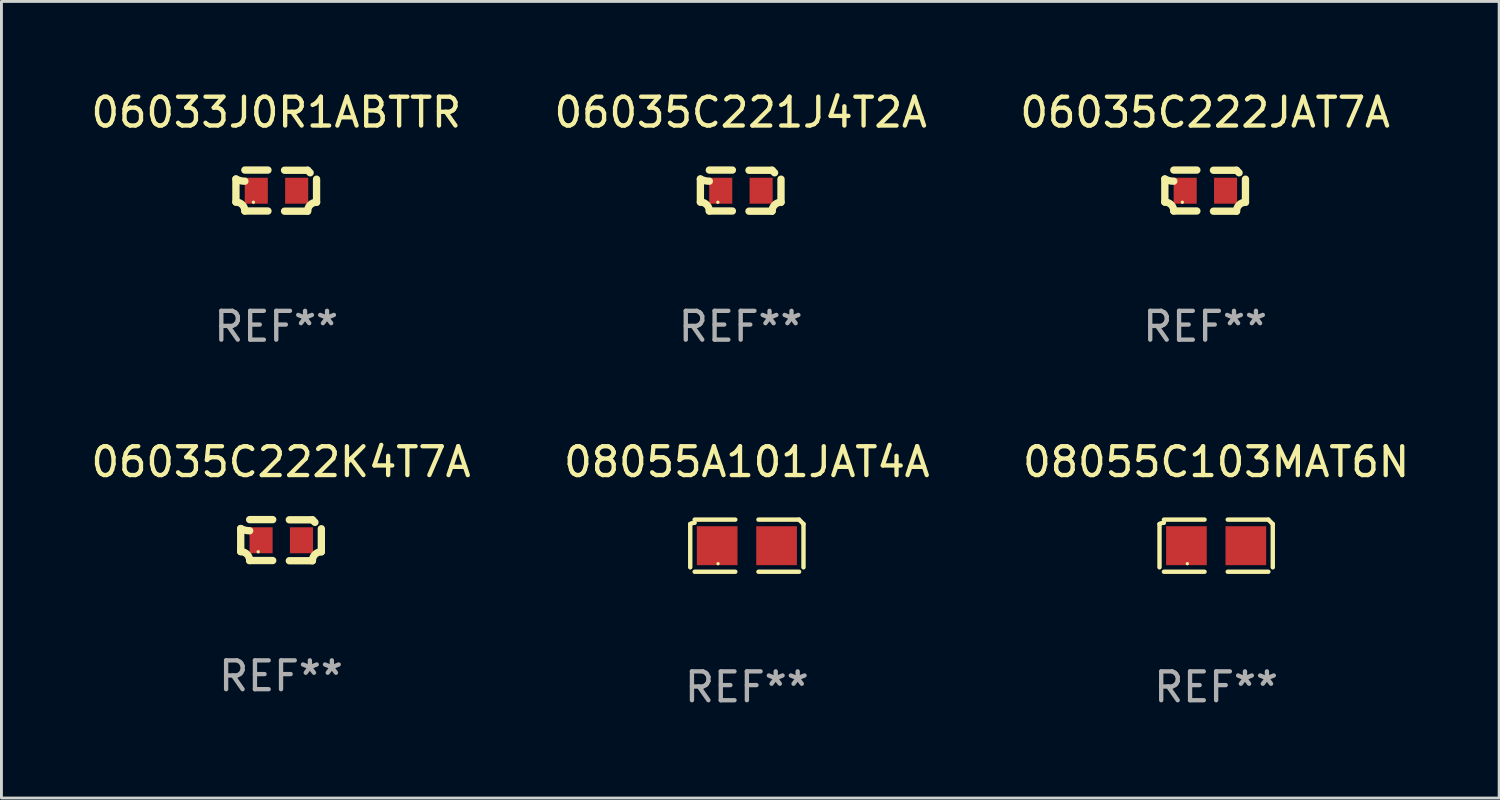
<source format=kicad_pcb>
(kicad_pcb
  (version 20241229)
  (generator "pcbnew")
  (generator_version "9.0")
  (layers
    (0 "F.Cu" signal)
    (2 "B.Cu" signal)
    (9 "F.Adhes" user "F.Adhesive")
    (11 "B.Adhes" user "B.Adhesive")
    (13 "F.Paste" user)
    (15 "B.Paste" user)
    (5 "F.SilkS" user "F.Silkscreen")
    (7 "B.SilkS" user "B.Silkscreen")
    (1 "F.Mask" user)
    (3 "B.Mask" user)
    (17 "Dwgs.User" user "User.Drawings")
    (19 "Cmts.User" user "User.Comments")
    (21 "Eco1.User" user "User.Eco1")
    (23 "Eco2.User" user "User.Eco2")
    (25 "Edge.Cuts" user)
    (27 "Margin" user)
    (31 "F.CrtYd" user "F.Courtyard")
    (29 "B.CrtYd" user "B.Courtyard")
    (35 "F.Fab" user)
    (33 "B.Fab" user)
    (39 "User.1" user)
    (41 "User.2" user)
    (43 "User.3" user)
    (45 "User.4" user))
  (footprint "08055C103MAT6N"
    (layer "F.Cu")
    (at 39.125 15.874)
    (property "Reference" "08055C103MAT6N" (at 0 -2.904 0) (layer "F.SilkS") (effects (font (size 1 1) (thickness 0.15))))
    (attr through_hole)
    (fp_line (start -1.964 0.751) (end -1.964 -0.751) (stroke (width 0.152) (type solid)) (layer "F.SilkS"))
    (fp_line (start -1.811 -0.904) (end -0.401 -0.904) (stroke (width 0.152) (type solid)) (layer "F.SilkS"))
    (fp_line (start -0.401 0.904) (end -1.811 0.904) (stroke (width 0.152) (type solid)) (layer "F.SilkS"))
    (fp_line (start 0.401 0.904) (end 1.811 0.904) (stroke (width 0.152) (type solid)) (layer "F.SilkS"))
    (fp_line (start 1.811 -0.904) (end 0.401 -0.904) (stroke (width 0.152) (type solid)) (layer "F.SilkS"))
    (fp_line (start 1.964 0.751) (end 1.964 -0.751) (stroke (width 0.152) (type solid)) (layer "F.SilkS"))
    (fp_arc (start -1.963602 -0.751207) (mid -1.890354 -0.783131) (end -1.811201 -0.794044) (stroke (width 0.1524) (type solid)) (layer "F.SilkS"))
    (fp_arc (start 1.811202 -0.903607) (mid 1.887413 -0.827418) (end 1.963602 -0.751207) (stroke (width 0.1524) (type solid)) (layer "F.SilkS"))
    (fp_circle (center -1 0.625) (end -0.97 0.625) (stroke (width 0.06) (type solid)) (fill no) (layer "F.SilkS"))
    (fp_text user "REF**" (at 0 4.904 0) (layer "F.Fab") (effects (font (size 1 1) (thickness 0.15))))
    (pad "1" smd rect (at -1.03 0) (size 1.41 1.35) (layers "F.Cu" "F.Mask" "F.Paste"))
    (pad "2" smd rect (at 1.03 0) (size 1.41 1.35) (layers "F.Cu" "F.Mask" "F.Paste")))
  (footprint "08055A101JAT4A"
    (layer "F.Cu")
    (at 22.851 15.874)
    (property "Reference" "08055A101JAT4A" (at 0 -2.904 0) (layer "F.SilkS") (effects (font (size 1 1) (thickness 0.15))))
    (attr through_hole)
    (fp_line (start -1.964 0.751) (end -1.964 -0.751) (stroke (width 0.152) (type solid)) (layer "F.SilkS"))
    (fp_line (start -1.811 -0.904) (end -0.401 -0.904) (stroke (width 0.152) (type solid)) (layer "F.SilkS"))
    (fp_line (start -0.401 0.904) (end -1.811 0.904) (stroke (width 0.152) (type solid)) (layer "F.SilkS"))
    (fp_line (start 0.401 0.904) (end 1.811 0.904) (stroke (width 0.152) (type solid)) (layer "F.SilkS"))
    (fp_line (start 1.811 -0.904) (end 0.401 -0.904) (stroke (width 0.152) (type solid)) (layer "F.SilkS"))
    (fp_line (start 1.964 0.751) (end 1.964 -0.751) (stroke (width 0.152) (type solid)) (layer "F.SilkS"))
    (fp_arc (start -1.963602 -0.751207) (mid -1.890354 -0.783131) (end -1.811201 -0.794044) (stroke (width 0.1524) (type solid)) (layer "F.SilkS"))
    (fp_arc (start 1.811202 -0.903607) (mid 1.887413 -0.827418) (end 1.963602 -0.751207) (stroke (width 0.1524) (type solid)) (layer "F.SilkS"))
    (fp_circle (center -1 0.625) (end -0.97 0.625) (stroke (width 0.06) (type solid)) (fill no) (layer "F.SilkS"))
    (fp_text user "REF**" (at 0 4.904 0) (layer "F.Fab") (effects (font (size 1 1) (thickness 0.15))))
    (pad "1" smd rect (at -1.03 0) (size 1.41 1.35) (layers "F.Cu" "F.Mask" "F.Paste"))
    (pad "2" smd rect (at 1.03 0) (size 1.41 1.35) (layers "F.Cu" "F.Mask" "F.Paste")))
  (footprint "06035C222JAT7A"
    (layer "F.Cu")
    (at 38.744 3.561)
    (property "Reference" "06035C222JAT7A" (at 0 -2.713 0) (layer "F.SilkS") (effects (font (size 1 1) (thickness 0.15))))
    (attr through_hole)
    (fp_line (start -1.398 -0.403) (end -1.398 0.397) (stroke (width 0.254) (type solid)) (layer "F.SilkS"))
    (fp_line (start -0.288 -0.713) (end -1.088 -0.713) (stroke (width 0.254) (type solid)) (layer "F.SilkS"))
    (fp_line (start -0.288 0.707) (end -1.088 0.707) (stroke (width 0.254) (type solid)) (layer "F.SilkS"))
    (fp_line (start 0.288 -0.707) (end 1.088 -0.707) (stroke (width 0.254) (type solid)) (layer "F.SilkS"))
    (fp_line (start 0.288 0.713) (end 1.088 0.713) (stroke (width 0.254) (type solid)) (layer "F.SilkS"))
    (fp_line (start 1.398 -0.397) (end 1.398 0.403) (stroke (width 0.254) (type solid)) (layer "F.SilkS"))
    (fp_arc (start -1.397789 0.397066) (mid -1.178701 0.487826) (end -1.08796 0.706922) (stroke (width 0.254001) (type solid)) (layer "F.SilkS"))
    (fp_arc (start -1.08796 -0.327176) (mid -1.247436 -0.346384) (end -1.39779 -0.402908) (stroke (width 0.254001) (type solid)) (layer "F.SilkS"))
    (fp_arc (start 1.087909 0.712738) (mid 1.178656 0.493655) (end 1.397739 0.402908) (stroke (width 0.254001) (type solid)) (layer "F.SilkS"))
    (fp_arc (start 1.175925 -0.618926) (mid 1.131917 -0.662923) (end 1.08791 -0.706922) (stroke (width 0.254001) (type solid)) (layer "F.SilkS"))
    (fp_circle (center -0.792 0.403) (end -0.762 0.403) (stroke (width 0.06) (type solid)) (fill no) (layer "F.SilkS"))
    (fp_text user "REF**" (at 0 4.713 0) (layer "F.Fab") (effects (font (size 1 1) (thickness 0.15))))
    (pad "1" smd rect (at -0.692 0.003) (size 0.8 0.9) (layers "F.Cu" "F.Mask" "F.Paste"))
    (pad "2" smd rect (at 0.708 0.003) (size 0.8 0.9) (layers "F.Cu" "F.Mask" "F.Paste")))
  (footprint "06035C221J4T2A"
    (layer "F.Cu")
    (at 22.637 3.561)
    (property "Reference" "06035C221J4T2A" (at 0 -2.713 0) (layer "F.SilkS") (effects (font (size 1 1) (thickness 0.15))))
    (attr through_hole)
    (fp_line (start -1.398 -0.403) (end -1.398 0.397) (stroke (width 0.254) (type solid)) (layer "F.SilkS"))
    (fp_line (start -0.288 -0.713) (end -1.088 -0.713) (stroke (width 0.254) (type solid)) (layer "F.SilkS"))
    (fp_line (start -0.288 0.707) (end -1.088 0.707) (stroke (width 0.254) (type solid)) (layer "F.SilkS"))
    (fp_line (start 0.288 -0.707) (end 1.088 -0.707) (stroke (width 0.254) (type solid)) (layer "F.SilkS"))
    (fp_line (start 0.288 0.713) (end 1.088 0.713) (stroke (width 0.254) (type solid)) (layer "F.SilkS"))
    (fp_line (start 1.398 -0.397) (end 1.398 0.403) (stroke (width 0.254) (type solid)) (layer "F.SilkS"))
    (fp_arc (start -1.397789 0.397066) (mid -1.178701 0.487826) (end -1.08796 0.706922) (stroke (width 0.254001) (type solid)) (layer "F.SilkS"))
    (fp_arc (start -1.08796 -0.327176) (mid -1.247436 -0.346384) (end -1.39779 -0.402908) (stroke (width 0.254001) (type solid)) (layer "F.SilkS"))
    (fp_arc (start 1.087909 0.712738) (mid 1.178656 0.493655) (end 1.397739 0.402908) (stroke (width 0.254001) (type solid)) (layer "F.SilkS"))
    (fp_arc (start 1.175925 -0.618926) (mid 1.131917 -0.662923) (end 1.08791 -0.706922) (stroke (width 0.254001) (type solid)) (layer "F.SilkS"))
    (fp_circle (center -0.792 0.403) (end -0.762 0.403) (stroke (width 0.06) (type solid)) (fill no) (layer "F.SilkS"))
    (fp_text user "REF**" (at 0 4.713 0) (layer "F.Fab") (effects (font (size 1 1) (thickness 0.15))))
    (pad "1" smd rect (at -0.692 0.003) (size 0.8 0.9) (layers "F.Cu" "F.Mask" "F.Paste"))
    (pad "2" smd rect (at 0.708 0.003) (size 0.8 0.9) (layers "F.Cu" "F.Mask" "F.Paste")))
  (footprint "06033J0R1ABTTR"
    (layer "F.Cu")
    (at 6.53 3.561)
    (property "Reference" "06033J0R1ABTTR" (at 0 -2.713 0) (layer "F.SilkS") (effects (font (size 1 1) (thickness 0.15))))
    (attr through_hole)
    (fp_line (start -1.398 -0.403) (end -1.398 0.397) (stroke (width 0.254) (type solid)) (layer "F.SilkS"))
    (fp_line (start -0.288 -0.713) (end -1.088 -0.713) (stroke (width 0.254) (type solid)) (layer "F.SilkS"))
    (fp_line (start -0.288 0.707) (end -1.088 0.707) (stroke (width 0.254) (type solid)) (layer "F.SilkS"))
    (fp_line (start 0.288 -0.707) (end 1.088 -0.707) (stroke (width 0.254) (type solid)) (layer "F.SilkS"))
    (fp_line (start 0.288 0.713) (end 1.088 0.713) (stroke (width 0.254) (type solid)) (layer "F.SilkS"))
    (fp_line (start 1.398 -0.397) (end 1.398 0.403) (stroke (width 0.254) (type solid)) (layer "F.SilkS"))
    (fp_arc (start -1.397789 0.397066) (mid -1.178701 0.487826) (end -1.08796 0.706922) (stroke (width 0.254001) (type solid)) (layer "F.SilkS"))
    (fp_arc (start -1.08796 -0.327176) (mid -1.247436 -0.346384) (end -1.39779 -0.402908) (stroke (width 0.254001) (type solid)) (layer "F.SilkS"))
    (fp_arc (start 1.087909 0.712738) (mid 1.178656 0.493655) (end 1.397739 0.402908) (stroke (width 0.254001) (type solid)) (layer "F.SilkS"))
    (fp_arc (start 1.175925 -0.618926) (mid 1.131917 -0.662923) (end 1.08791 -0.706922) (stroke (width 0.254001) (type solid)) (layer "F.SilkS"))
    (fp_circle (center -0.792 0.403) (end -0.762 0.403) (stroke (width 0.06) (type solid)) (fill no) (layer "F.SilkS"))
    (fp_text user "REF**" (at 0 4.713 0) (layer "F.Fab") (effects (font (size 1 1) (thickness 0.15))))
    (pad "1" smd rect (at -0.692 0.003) (size 0.8 0.9) (layers "F.Cu" "F.Mask" "F.Paste"))
    (pad "2" smd rect (at 0.708 0.003) (size 0.8 0.9) (layers "F.Cu" "F.Mask" "F.Paste")))
  (footprint "06035C222K4T7A"
    (layer "F.Cu")
    (at 6.696 15.683)
    (property "Reference" "06035C222K4T7A" (at 0 -2.713 0) (layer "F.SilkS") (effects (font (size 1 1) (thickness 0.15))))
    (attr through_hole)
    (fp_line (start -1.398 -0.403) (end -1.398 0.397) (stroke (width 0.254) (type solid)) (layer "F.SilkS"))
    (fp_line (start -0.288 -0.713) (end -1.088 -0.713) (stroke (width 0.254) (type solid)) (layer "F.SilkS"))
    (fp_line (start -0.288 0.707) (end -1.088 0.707) (stroke (width 0.254) (type solid)) (layer "F.SilkS"))
    (fp_line (start 0.288 -0.707) (end 1.088 -0.707) (stroke (width 0.254) (type solid)) (layer "F.SilkS"))
    (fp_line (start 0.288 0.713) (end 1.088 0.713) (stroke (width 0.254) (type solid)) (layer "F.SilkS"))
    (fp_line (start 1.398 -0.397) (end 1.398 0.403) (stroke (width 0.254) (type solid)) (layer "F.SilkS"))
    (fp_arc (start -1.397789 0.397066) (mid -1.178701 0.487826) (end -1.08796 0.706922) (stroke (width 0.254001) (type solid)) (layer "F.SilkS"))
    (fp_arc (start -1.08796 -0.327176) (mid -1.247436 -0.346384) (end -1.39779 -0.402908) (stroke (width 0.254001) (type solid)) (layer "F.SilkS"))
    (fp_arc (start 1.087909 0.712738) (mid 1.178656 0.493655) (end 1.397739 0.402908) (stroke (width 0.254001) (type solid)) (layer "F.SilkS"))
    (fp_arc (start 1.175925 -0.618926) (mid 1.131917 -0.662923) (end 1.08791 -0.706922) (stroke (width 0.254001) (type solid)) (layer "F.SilkS"))
    (fp_circle (center -0.792 0.403) (end -0.762 0.403) (stroke (width 0.06) (type solid)) (fill no) (layer "F.SilkS"))
    (fp_text user "REF**" (at 0 4.713 0) (layer "F.Fab") (effects (font (size 1 1) (thickness 0.15))))
    (pad "1" smd rect (at -0.692 0.003) (size 0.8 0.9) (layers "F.Cu" "F.Mask" "F.Paste"))
    (pad "2" smd rect (at 0.708 0.003) (size 0.8 0.9) (layers "F.Cu" "F.Mask" "F.Paste")))
  (gr_rect
    (start -3 -3)
    (end 48.94 24.626)
    (stroke (width 0.1) (type default))
    (fill no)
    (layer "Edge.Cuts")))
</source>
